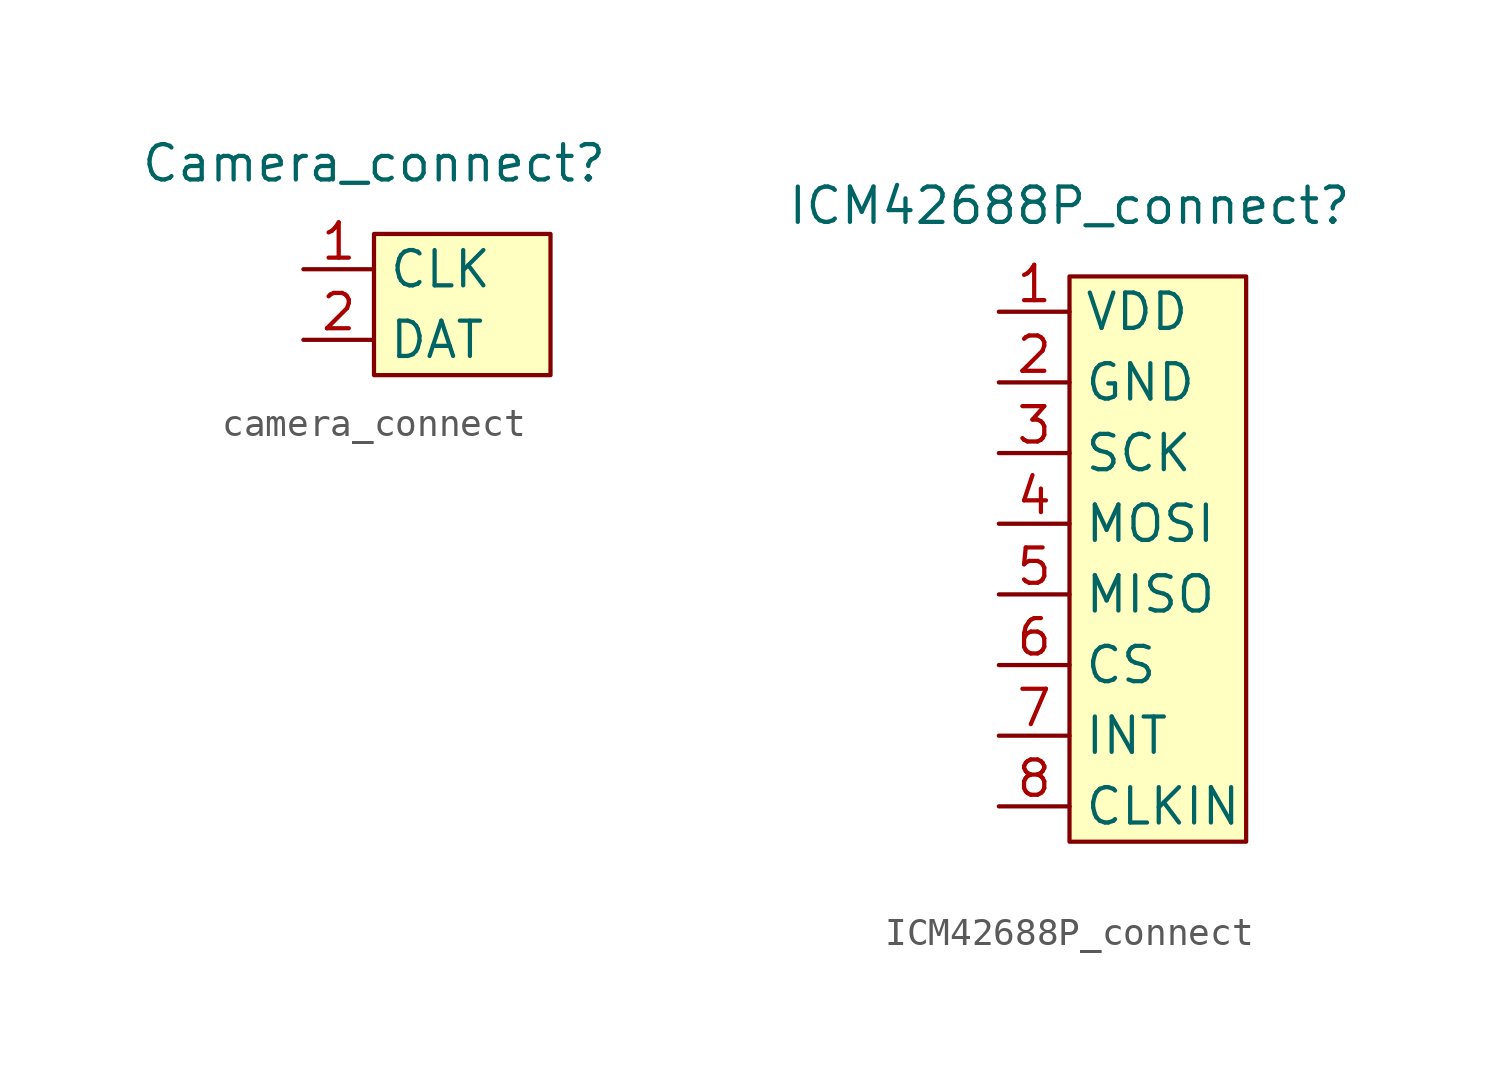
<source format=kicad_sym>
(kicad_symbol_lib
  (version 20220914)
  (generator kicad_symbol_editor)
  (symbol "camera_connect"
    (property "Reference" "Camera_connect"
      (at 0 3.81 0)
      (effects (font (size 1.27 1.27))))
    (property "Value" ""
      (at 0 0 0)
      (effects (font (size 1.27 1.27))))
    (symbol "camera_connect_1_1"
      (rectangle (start 0 1.27) (end 6.35 -3.81) (stroke (width 0) (type default)) (fill (type background)))
      (pin passive line (at -2.54 0 0) (length 2.54) (name "CLK" (effects (font (size 1.27 1.27)))) (number "1" (effects (font (size 1.27 1.27)))))
      (pin passive line (at -2.54 -2.54 0) (length 2.54) (name "DAT" (effects (font (size 1.27 1.27)))) (number "2" (effects (font (size 1.27 1.27)))))))
  (symbol "ICM42688P_connect"
    (property "Reference" "ICM42688P_connect"
      (at 0 11.43 0)
      (effects (font (size 1.27 1.27))))
    (property "Value" ""
      (at 0 0 0)
      (effects (font (size 1.27 1.27))))
    (symbol "ICM42688P_connect_1_1"
      (rectangle (start 0 8.89) (end 6.35 -11.43) (stroke (width 0) (type default)) (fill (type background)))
      (pin passive line (at -2.54 7.62 0) (length 2.54) (name "VDD" (effects (font (size 1.27 1.27)))) (number "1" (effects (font (size 1.27 1.27)))))
      (pin passive line (at -2.54 5.08 0) (length 2.54) (name "GND" (effects (font (size 1.27 1.27)))) (number "2" (effects (font (size 1.27 1.27)))))
      (pin passive line (at -2.54 2.54 0) (length 2.54) (name "SCK" (effects (font (size 1.27 1.27)))) (number "3" (effects (font (size 1.27 1.27)))))
      (pin passive line (at -2.54 0 0) (length 2.54) (name "MOSI" (effects (font (size 1.27 1.27)))) (number "4" (effects (font (size 1.27 1.27)))))
      (pin passive line (at -2.54 -2.54 0) (length 2.54) (name "MISO" (effects (font (size 1.27 1.27)))) (number "5" (effects (font (size 1.27 1.27)))))
      (pin passive line (at -2.54 -5.08 0) (length 2.54) (name "CS" (effects (font (size 1.27 1.27)))) (number "6" (effects (font (size 1.27 1.27)))))
      (pin passive line (at -2.54 -7.62 0) (length 2.54) (name "INT" (effects (font (size 1.27 1.27)))) (number "7" (effects (font (size 1.27 1.27)))))
      (pin passive line (at -2.54 -10.16 0) (length 2.54) (name "CLKIN" (effects (font (size 1.27 1.27)))) (number "8" (effects (font (size 1.27 1.27))))))))
</source>
